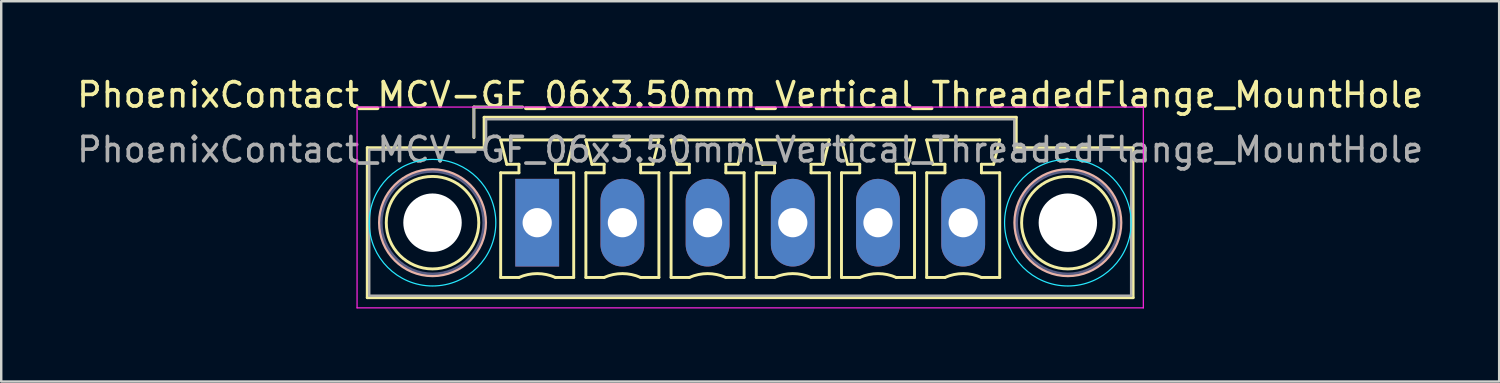
<source format=kicad_pcb>
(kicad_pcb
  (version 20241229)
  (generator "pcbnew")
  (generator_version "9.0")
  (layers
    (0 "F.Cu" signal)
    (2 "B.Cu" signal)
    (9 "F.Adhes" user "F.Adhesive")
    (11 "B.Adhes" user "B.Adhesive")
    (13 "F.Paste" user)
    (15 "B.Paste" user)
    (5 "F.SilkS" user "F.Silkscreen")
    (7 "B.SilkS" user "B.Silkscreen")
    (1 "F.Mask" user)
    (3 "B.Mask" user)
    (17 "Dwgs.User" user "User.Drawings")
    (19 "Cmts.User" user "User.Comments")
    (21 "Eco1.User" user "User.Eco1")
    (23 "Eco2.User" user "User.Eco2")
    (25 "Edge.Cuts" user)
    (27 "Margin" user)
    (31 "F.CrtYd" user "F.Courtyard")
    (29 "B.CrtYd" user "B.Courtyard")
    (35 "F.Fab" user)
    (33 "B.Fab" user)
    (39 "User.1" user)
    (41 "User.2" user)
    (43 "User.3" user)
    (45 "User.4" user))
  (footprint "PhoenixContact_MCV-GF_06x3.50mm_Vertical_ThreadedFlange_MountHole"
    (layer "F.Cu")
    (at 19.018 6.098)
    (property "Reference" "PhoenixContact_MCV-GF_06x3.50mm_Vertical_ThreadedFlange_MountHole" (at 8.75 -5.25 0) (layer "F.SilkS") (effects (font (size 1 1) (thickness 0.15))))
    (attr through_hole)
    (fp_line (start -6.98 -3.08) (end -6.98 3.08) (stroke (width 0.12) (type solid)) (layer "F.SilkS"))
    (fp_line (start -6.98 3.08) (end 24.48 3.08) (stroke (width 0.12) (type solid)) (layer "F.SilkS"))
    (fp_line (start -2.6 -4.75) (end -0.6 -4.75) (stroke (width 0.12) (type solid)) (layer "F.SilkS"))
    (fp_line (start -2.6 -3.5) (end -2.6 -4.75) (stroke (width 0.12) (type solid)) (layer "F.SilkS"))
    (fp_line (start -2.18 -4.33) (end -2.18 -3.08) (stroke (width 0.12) (type solid)) (layer "F.SilkS"))
    (fp_line (start -2.18 -3.08) (end -6.98 -3.08) (stroke (width 0.12) (type solid)) (layer "F.SilkS"))
    (fp_line (start -1.5 -3.4) (end 1.5 -3.4) (stroke (width 0.12) (type solid)) (layer "F.SilkS"))
    (fp_line (start -1.5 -2.05) (end -0.75 -2.05) (stroke (width 0.12) (type solid)) (layer "F.SilkS"))
    (fp_line (start -1.5 2.25) (end -1.5 -2.05) (stroke (width 0.12) (type solid)) (layer "F.SilkS"))
    (fp_line (start -1.25 -2.4) (end -1.5 -3.4) (stroke (width 0.12) (type solid)) (layer "F.SilkS"))
    (fp_line (start -0.75 -2.4) (end -1.25 -2.4) (stroke (width 0.12) (type solid)) (layer "F.SilkS"))
    (fp_line (start -0.75 -2.05) (end -0.75 -2.4) (stroke (width 0.12) (type solid)) (layer "F.SilkS"))
    (fp_line (start -0.75 2.25) (end -1.5 2.25) (stroke (width 0.12) (type solid)) (layer "F.SilkS"))
    (fp_line (start 0.75 -2.4) (end 0.75 -2.05) (stroke (width 0.12) (type solid)) (layer "F.SilkS"))
    (fp_line (start 0.75 -2.05) (end 1.5 -2.05) (stroke (width 0.12) (type solid)) (layer "F.SilkS"))
    (fp_line (start 1.25 -2.4) (end 0.75 -2.4) (stroke (width 0.12) (type solid)) (layer "F.SilkS"))
    (fp_line (start 1.5 -3.4) (end 1.25 -2.4) (stroke (width 0.12) (type solid)) (layer "F.SilkS"))
    (fp_line (start 1.5 -2.05) (end 1.5 2.25) (stroke (width 0.12) (type solid)) (layer "F.SilkS"))
    (fp_line (start 1.5 2.25) (end 0.75 2.25) (stroke (width 0.12) (type solid)) (layer "F.SilkS"))
    (fp_line (start 2 -3.4) (end 5 -3.4) (stroke (width 0.12) (type solid)) (layer "F.SilkS"))
    (fp_line (start 2 -2.05) (end 2.75 -2.05) (stroke (width 0.12) (type solid)) (layer "F.SilkS"))
    (fp_line (start 2 2.25) (end 2 -2.05) (stroke (width 0.12) (type solid)) (layer "F.SilkS"))
    (fp_line (start 2.25 -2.4) (end 2 -3.4) (stroke (width 0.12) (type solid)) (layer "F.SilkS"))
    (fp_line (start 2.75 -2.4) (end 2.25 -2.4) (stroke (width 0.12) (type solid)) (layer "F.SilkS"))
    (fp_line (start 2.75 -2.05) (end 2.75 -2.4) (stroke (width 0.12) (type solid)) (layer "F.SilkS"))
    (fp_line (start 2.75 2.25) (end 2 2.25) (stroke (width 0.12) (type solid)) (layer "F.SilkS"))
    (fp_line (start 4.25 -2.4) (end 4.25 -2.05) (stroke (width 0.12) (type solid)) (layer "F.SilkS"))
    (fp_line (start 4.25 -2.05) (end 5 -2.05) (stroke (width 0.12) (type solid)) (layer "F.SilkS"))
    (fp_line (start 4.75 -2.4) (end 4.25 -2.4) (stroke (width 0.12) (type solid)) (layer "F.SilkS"))
    (fp_line (start 5 -3.4) (end 4.75 -2.4) (stroke (width 0.12) (type solid)) (layer "F.SilkS"))
    (fp_line (start 5 -2.05) (end 5 2.25) (stroke (width 0.12) (type solid)) (layer "F.SilkS"))
    (fp_line (start 5 2.25) (end 4.25 2.25) (stroke (width 0.12) (type solid)) (layer "F.SilkS"))
    (fp_line (start 5.5 -3.4) (end 8.5 -3.4) (stroke (width 0.12) (type solid)) (layer "F.SilkS"))
    (fp_line (start 5.5 -2.05) (end 6.25 -2.05) (stroke (width 0.12) (type solid)) (layer "F.SilkS"))
    (fp_line (start 5.5 2.25) (end 5.5 -2.05) (stroke (width 0.12) (type solid)) (layer "F.SilkS"))
    (fp_line (start 5.75 -2.4) (end 5.5 -3.4) (stroke (width 0.12) (type solid)) (layer "F.SilkS"))
    (fp_line (start 6.25 -2.4) (end 5.75 -2.4) (stroke (width 0.12) (type solid)) (layer "F.SilkS"))
    (fp_line (start 6.25 -2.05) (end 6.25 -2.4) (stroke (width 0.12) (type solid)) (layer "F.SilkS"))
    (fp_line (start 6.25 2.25) (end 5.5 2.25) (stroke (width 0.12) (type solid)) (layer "F.SilkS"))
    (fp_line (start 7.75 -2.4) (end 7.75 -2.05) (stroke (width 0.12) (type solid)) (layer "F.SilkS"))
    (fp_line (start 7.75 -2.05) (end 8.5 -2.05) (stroke (width 0.12) (type solid)) (layer "F.SilkS"))
    (fp_line (start 8.25 -2.4) (end 7.75 -2.4) (stroke (width 0.12) (type solid)) (layer "F.SilkS"))
    (fp_line (start 8.5 -3.4) (end 8.25 -2.4) (stroke (width 0.12) (type solid)) (layer "F.SilkS"))
    (fp_line (start 8.5 -2.05) (end 8.5 2.25) (stroke (width 0.12) (type solid)) (layer "F.SilkS"))
    (fp_line (start 8.5 2.25) (end 7.75 2.25) (stroke (width 0.12) (type solid)) (layer "F.SilkS"))
    (fp_line (start 9 -3.4) (end 12 -3.4) (stroke (width 0.12) (type solid)) (layer "F.SilkS"))
    (fp_line (start 9 -2.05) (end 9.75 -2.05) (stroke (width 0.12) (type solid)) (layer "F.SilkS"))
    (fp_line (start 9 2.25) (end 9 -2.05) (stroke (width 0.12) (type solid)) (layer "F.SilkS"))
    (fp_line (start 9.25 -2.4) (end 9 -3.4) (stroke (width 0.12) (type solid)) (layer "F.SilkS"))
    (fp_line (start 9.75 -2.4) (end 9.25 -2.4) (stroke (width 0.12) (type solid)) (layer "F.SilkS"))
    (fp_line (start 9.75 -2.05) (end 9.75 -2.4) (stroke (width 0.12) (type solid)) (layer "F.SilkS"))
    (fp_line (start 9.75 2.25) (end 9 2.25) (stroke (width 0.12) (type solid)) (layer "F.SilkS"))
    (fp_line (start 11.25 -2.4) (end 11.25 -2.05) (stroke (width 0.12) (type solid)) (layer "F.SilkS"))
    (fp_line (start 11.25 -2.05) (end 12 -2.05) (stroke (width 0.12) (type solid)) (layer "F.SilkS"))
    (fp_line (start 11.75 -2.4) (end 11.25 -2.4) (stroke (width 0.12) (type solid)) (layer "F.SilkS"))
    (fp_line (start 12 -3.4) (end 11.75 -2.4) (stroke (width 0.12) (type solid)) (layer "F.SilkS"))
    (fp_line (start 12 -2.05) (end 12 2.25) (stroke (width 0.12) (type solid)) (layer "F.SilkS"))
    (fp_line (start 12 2.25) (end 11.25 2.25) (stroke (width 0.12) (type solid)) (layer "F.SilkS"))
    (fp_line (start 12.5 -3.4) (end 15.5 -3.4) (stroke (width 0.12) (type solid)) (layer "F.SilkS"))
    (fp_line (start 12.5 -2.05) (end 13.25 -2.05) (stroke (width 0.12) (type solid)) (layer "F.SilkS"))
    (fp_line (start 12.5 2.25) (end 12.5 -2.05) (stroke (width 0.12) (type solid)) (layer "F.SilkS"))
    (fp_line (start 12.75 -2.4) (end 12.5 -3.4) (stroke (width 0.12) (type solid)) (layer "F.SilkS"))
    (fp_line (start 13.25 -2.4) (end 12.75 -2.4) (stroke (width 0.12) (type solid)) (layer "F.SilkS"))
    (fp_line (start 13.25 -2.05) (end 13.25 -2.4) (stroke (width 0.12) (type solid)) (layer "F.SilkS"))
    (fp_line (start 13.25 2.25) (end 12.5 2.25) (stroke (width 0.12) (type solid)) (layer "F.SilkS"))
    (fp_line (start 14.75 -2.4) (end 14.75 -2.05) (stroke (width 0.12) (type solid)) (layer "F.SilkS"))
    (fp_line (start 14.75 -2.05) (end 15.5 -2.05) (stroke (width 0.12) (type solid)) (layer "F.SilkS"))
    (fp_line (start 15.25 -2.4) (end 14.75 -2.4) (stroke (width 0.12) (type solid)) (layer "F.SilkS"))
    (fp_line (start 15.5 -3.4) (end 15.25 -2.4) (stroke (width 0.12) (type solid)) (layer "F.SilkS"))
    (fp_line (start 15.5 -2.05) (end 15.5 2.25) (stroke (width 0.12) (type solid)) (layer "F.SilkS"))
    (fp_line (start 15.5 2.25) (end 14.75 2.25) (stroke (width 0.12) (type solid)) (layer "F.SilkS"))
    (fp_line (start 16 -3.4) (end 19 -3.4) (stroke (width 0.12) (type solid)) (layer "F.SilkS"))
    (fp_line (start 16 -2.05) (end 16.75 -2.05) (stroke (width 0.12) (type solid)) (layer "F.SilkS"))
    (fp_line (start 16 2.25) (end 16 -2.05) (stroke (width 0.12) (type solid)) (layer "F.SilkS"))
    (fp_line (start 16.25 -2.4) (end 16 -3.4) (stroke (width 0.12) (type solid)) (layer "F.SilkS"))
    (fp_line (start 16.75 -2.4) (end 16.25 -2.4) (stroke (width 0.12) (type solid)) (layer "F.SilkS"))
    (fp_line (start 16.75 -2.05) (end 16.75 -2.4) (stroke (width 0.12) (type solid)) (layer "F.SilkS"))
    (fp_line (start 16.75 2.25) (end 16 2.25) (stroke (width 0.12) (type solid)) (layer "F.SilkS"))
    (fp_line (start 18.25 -2.4) (end 18.25 -2.05) (stroke (width 0.12) (type solid)) (layer "F.SilkS"))
    (fp_line (start 18.25 -2.05) (end 19 -2.05) (stroke (width 0.12) (type solid)) (layer "F.SilkS"))
    (fp_line (start 18.75 -2.4) (end 18.25 -2.4) (stroke (width 0.12) (type solid)) (layer "F.SilkS"))
    (fp_line (start 19 -3.4) (end 18.75 -2.4) (stroke (width 0.12) (type solid)) (layer "F.SilkS"))
    (fp_line (start 19 -2.05) (end 19 2.25) (stroke (width 0.12) (type solid)) (layer "F.SilkS"))
    (fp_line (start 19 2.25) (end 18.25 2.25) (stroke (width 0.12) (type solid)) (layer "F.SilkS"))
    (fp_line (start 19.68 -4.33) (end -2.18 -4.33) (stroke (width 0.12) (type solid)) (layer "F.SilkS"))
    (fp_line (start 19.68 -3.08) (end 19.68 -4.33) (stroke (width 0.12) (type solid)) (layer "F.SilkS"))
    (fp_line (start 24.48 -3.08) (end 19.68 -3.08) (stroke (width 0.12) (type solid)) (layer "F.SilkS"))
    (fp_line (start 24.48 3.08) (end 24.48 -3.08) (stroke (width 0.12) (type solid)) (layer "F.SilkS"))
    (fp_arc (start -0.75 2.25) (mid -0.000193 2.09191) (end 0.749647 2.249844) (stroke (width 0.12) (type solid)) (layer "F.SilkS"))
    (fp_arc (start 2.75 2.25) (mid 3.499807 2.09191) (end 4.249647 2.249844) (stroke (width 0.12) (type solid)) (layer "F.SilkS"))
    (fp_arc (start 6.25 2.25) (mid 6.999807 2.09191) (end 7.749647 2.249844) (stroke (width 0.12) (type solid)) (layer "F.SilkS"))
    (fp_arc (start 9.75 2.25) (mid 10.499807 2.09191) (end 11.249647 2.249844) (stroke (width 0.12) (type solid)) (layer "F.SilkS"))
    (fp_arc (start 13.25 2.25) (mid 13.999807 2.09191) (end 14.749647 2.249844) (stroke (width 0.12) (type solid)) (layer "F.SilkS"))
    (fp_arc (start 16.75 2.25) (mid 17.499807 2.09191) (end 18.249647 2.249844) (stroke (width 0.12) (type solid)) (layer "F.SilkS"))
    (fp_circle (center -4.3 0) (end -2.4 0) (stroke (width 0.12) (type solid)) (fill no) (layer "F.SilkS"))
    (fp_circle (center 21.8 0) (end 23.7 0) (stroke (width 0.12) (type solid)) (fill no) (layer "F.SilkS"))
    (fp_circle (center -4.3 0) (end -2.12 0) (stroke (width 0.12) (type solid)) (fill no) (layer "B.SilkS"))
    (fp_circle (center 21.8 0) (end 23.98 0) (stroke (width 0.12) (type solid)) (fill no) (layer "B.SilkS"))
    (fp_circle (center -4.3 0) (end -1.7 0) (stroke (width 0.05) (type solid)) (fill no) (layer "B.CrtYd"))
    (fp_circle (center 21.8 0) (end 24.4 0) (stroke (width 0.05) (type solid)) (fill no) (layer "B.CrtYd"))
    (fp_line (start -7.4 -4.75) (end -7.4 3.5) (stroke (width 0.05) (type solid)) (layer "F.CrtYd"))
    (fp_line (start -7.4 3.5) (end 24.9 3.5) (stroke (width 0.05) (type solid)) (layer "F.CrtYd"))
    (fp_line (start 24.9 -4.75) (end -7.4 -4.75) (stroke (width 0.05) (type solid)) (layer "F.CrtYd"))
    (fp_line (start 24.9 3.5) (end 24.9 -4.75) (stroke (width 0.05) (type solid)) (layer "F.CrtYd"))
    (fp_circle (center -4.3 0) (end -2.2 0) (stroke (width 0.1) (type solid)) (fill no) (layer "B.Fab"))
    (fp_circle (center 21.8 0) (end 23.9 0) (stroke (width 0.1) (type solid)) (fill no) (layer "B.Fab"))
    (fp_line (start -6.9 -3) (end -6.9 3) (stroke (width 0.1) (type solid)) (layer "F.Fab"))
    (fp_line (start -6.9 3) (end 24.4 3) (stroke (width 0.1) (type solid)) (layer "F.Fab"))
    (fp_line (start -2.6 -4.75) (end -0.6 -4.75) (stroke (width 0.1) (type solid)) (layer "F.Fab"))
    (fp_line (start -2.6 -3.5) (end -2.6 -4.75) (stroke (width 0.1) (type solid)) (layer "F.Fab"))
    (fp_line (start -2.1 -4.25) (end -2.1 -3) (stroke (width 0.1) (type solid)) (layer "F.Fab"))
    (fp_line (start -2.1 -3) (end -6.9 -3) (stroke (width 0.1) (type solid)) (layer "F.Fab"))
    (fp_line (start 19.6 -4.25) (end -2.1 -4.25) (stroke (width 0.1) (type solid)) (layer "F.Fab"))
    (fp_line (start 19.6 -3) (end 19.6 -4.25) (stroke (width 0.1) (type solid)) (layer "F.Fab"))
    (fp_line (start 24.4 -3) (end 19.6 -3) (stroke (width 0.1) (type solid)) (layer "F.Fab"))
    (fp_line (start 24.4 3) (end 24.4 -3) (stroke (width 0.1) (type solid)) (layer "F.Fab"))
    (fp_text user "${REFERENCE}" (at 8.75 -3 0) (layer "F.Fab") (effects (font (size 1 1) (thickness 0.15))))
    (pad "" np_thru_hole circle (at -4.3 0) (size 2.4 2.4) (drill 2.4) (layers "*.Cu" "*.Mask"))
    (pad "" np_thru_hole circle (at 21.8 0) (size 2.4 2.4) (drill 2.4) (layers "*.Cu" "*.Mask"))
    (pad "1" thru_hole rect (at 0 0) (size 1.8 3.6) (drill 1.2) (layers "*.Cu" "*.Mask"))
    (pad "2" thru_hole oval (at 3.5 0) (size 1.8 3.6) (drill 1.2) (layers "*.Cu" "*.Mask"))
    (pad "3" thru_hole oval (at 7 0) (size 1.8 3.6) (drill 1.2) (layers "*.Cu" "*.Mask"))
    (pad "4" thru_hole oval (at 10.5 0) (size 1.8 3.6) (drill 1.2) (layers "*.Cu" "*.Mask"))
    (pad "5" thru_hole oval (at 14 0) (size 1.8 3.6) (drill 1.2) (layers "*.Cu" "*.Mask"))
    (pad "6" thru_hole oval (at 17.5 0) (size 1.8 3.6) (drill 1.2) (layers "*.Cu" "*.Mask")))
  (gr_rect
    (start -3 -3)
    (end 58.536 12.623)
    (stroke (width 0.1) (type default))
    (fill no)
    (layer "Edge.Cuts")))
</source>
